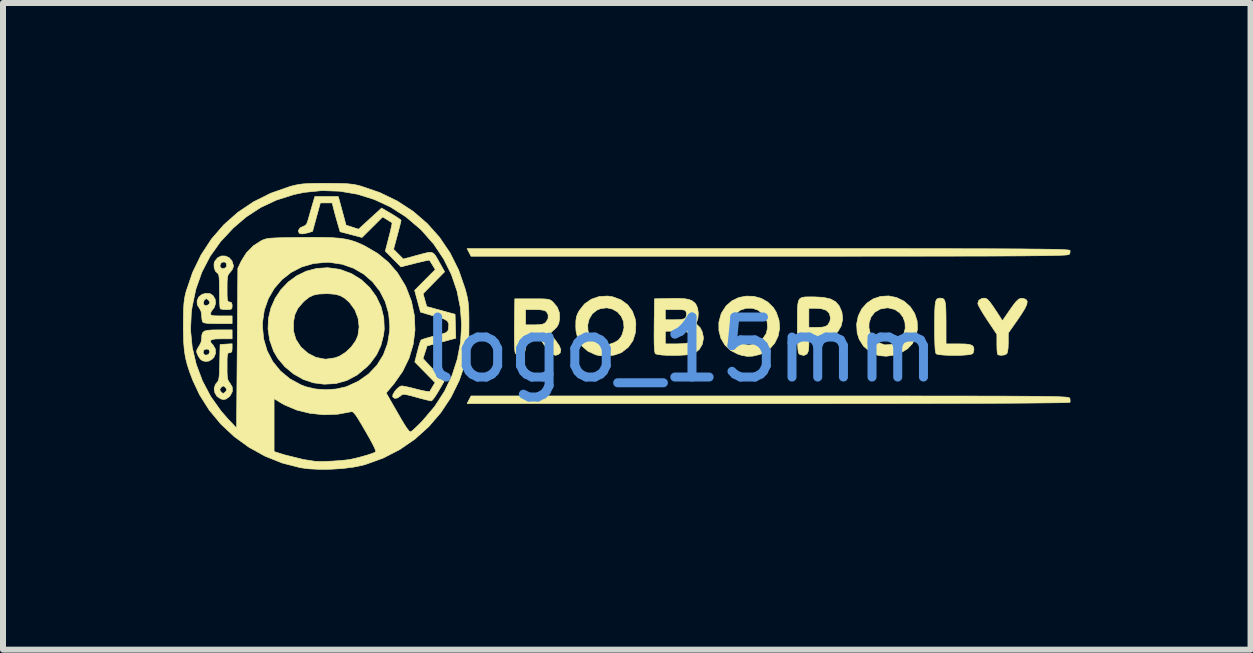
<source format=kicad_pcb>
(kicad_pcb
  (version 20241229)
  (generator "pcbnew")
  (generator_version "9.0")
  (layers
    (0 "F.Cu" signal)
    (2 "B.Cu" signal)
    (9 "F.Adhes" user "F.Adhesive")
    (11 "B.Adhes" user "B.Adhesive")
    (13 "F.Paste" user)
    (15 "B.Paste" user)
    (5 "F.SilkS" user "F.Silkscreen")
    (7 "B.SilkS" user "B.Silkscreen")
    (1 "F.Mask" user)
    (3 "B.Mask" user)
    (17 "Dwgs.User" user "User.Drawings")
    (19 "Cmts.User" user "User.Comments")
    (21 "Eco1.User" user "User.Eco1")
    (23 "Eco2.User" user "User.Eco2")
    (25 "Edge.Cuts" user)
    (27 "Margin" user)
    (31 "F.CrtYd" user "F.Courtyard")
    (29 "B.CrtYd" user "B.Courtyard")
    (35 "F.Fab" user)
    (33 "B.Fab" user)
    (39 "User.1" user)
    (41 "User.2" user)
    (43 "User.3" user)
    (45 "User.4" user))
  (footprint "logo_15mm"
    (layer "F.Cu")
    (at 8.29 2.278)
    (property "Reference" "logo_15mm" (at 0 0.5 0) (layer "Cmts.User") (effects (font (size 1 1) (thickness 0.15))))
    (attr through_hole)
    (fp_poly (pts (xy 4.362 -0.357) (xy 4.386 -0.344) (xy 4.403 -0.316) (xy 4.414 -0.268) (xy 4.42 -0.193) (xy 4.423 -0.087) (xy 4.424 0.047) (xy 4.424 0.402) (xy 4.631 0.402) (xy 4.741 0.404) (xy 4.816 0.412) (xy 4.861 0.429) (xy 4.883 0.456) (xy 4.889 0.496) (xy 4.889 0.497) (xy 4.878 0.546) (xy 4.864 0.567) (xy 4.832 0.578) (xy 4.768 0.586) (xy 4.682 0.592) (xy 4.583 0.594) (xy 4.482 0.593) (xy 4.39 0.589) (xy 4.315 0.582) (xy 4.268 0.572) (xy 4.259 0.567) (xy 4.249 0.542) (xy 4.242 0.486) (xy 4.237 0.397) (xy 4.234 0.272) (xy 4.233 0.116) (xy 4.234 -0.038) (xy 4.236 -0.154) (xy 4.241 -0.239) (xy 4.249 -0.297) (xy 4.262 -0.332) (xy 4.281 -0.351) (xy 4.307 -0.359) (xy 4.329 -0.36) (xy 4.362 -0.357)) (stroke (width 0.01) (type solid)) (fill yes) (layer "F.SilkS"))
    (fp_poly (pts (xy -7.472 0.318) (xy -7.652 0.318) (xy -7.751 0.32) (xy -7.811 0.331) (xy -7.834 0.351) (xy -7.825 0.382) (xy -7.789 0.423) (xy -7.752 0.487) (xy -7.748 0.561) (xy -7.777 0.628) (xy -7.803 0.655) (xy -7.858 0.688) (xy -7.915 0.694) (xy -7.964 0.684) (xy -8 0.658) (xy -8.035 0.608) (xy -8.06 0.552) (xy -8.061 0.541) (xy -7.955 0.541) (xy -7.951 0.562) (xy -7.922 0.59) (xy -7.881 0.585) (xy -7.859 0.569) (xy -7.844 0.531) (xy -7.861 0.498) (xy -7.896 0.487) (xy -7.941 0.502) (xy -7.955 0.541) (xy -8.061 0.541) (xy -8.065 0.522) (xy -8.052 0.486) (xy -8.023 0.439) (xy -8.022 0.439) (xy -7.991 0.378) (xy -7.98 0.318) (xy -7.977 0.257) (xy -7.964 0.216) (xy -7.935 0.19) (xy -7.882 0.176) (xy -7.8 0.17) (xy -7.704 0.169) (xy -7.472 0.169) (xy -7.472 0.318)) (stroke (width 0.01) (type solid)) (fill yes) (layer "F.SilkS"))
    (fp_poly (pts (xy 5.09 -0.355) (xy 5.119 -0.335) (xy 5.155 -0.295) (xy 5.203 -0.229) (xy 5.241 -0.172) (xy 5.364 0.016) (xy 5.481 -0.154) (xy 5.547 -0.247) (xy 5.596 -0.308) (xy 5.635 -0.343) (xy 5.671 -0.357) (xy 5.709 -0.355) (xy 5.722 -0.352) (xy 5.761 -0.334) (xy 5.777 -0.304) (xy 5.769 -0.255) (xy 5.737 -0.186) (xy 5.679 -0.092) (xy 5.62 -0.005) (xy 5.461 0.222) (xy 5.461 0.382) (xy 5.458 0.472) (xy 5.448 0.537) (xy 5.436 0.567) (xy 5.397 0.586) (xy 5.343 0.593) (xy 5.297 0.586) (xy 5.285 0.579) (xy 5.278 0.552) (xy 5.273 0.495) (xy 5.271 0.418) (xy 5.271 0.404) (xy 5.271 0.243) (xy 5.112 0.006) (xy 5.053 -0.085) (xy 5.004 -0.166) (xy 4.969 -0.229) (xy 4.954 -0.266) (xy 4.953 -0.271) (xy 4.971 -0.325) (xy 5.021 -0.355) (xy 5.06 -0.36) (xy 5.09 -0.355)) (stroke (width 0.01) (type solid)) (fill yes) (layer "F.SilkS"))
    (fp_poly (pts (xy -7.839 -0.435) (xy -7.791 -0.403) (xy -7.755 -0.343) (xy -7.748 -0.271) (xy -7.769 -0.205) (xy -7.789 -0.18) (xy -7.821 -0.137) (xy -7.832 -0.103) (xy -7.827 -0.083) (xy -7.809 -0.072) (xy -7.769 -0.066) (xy -7.699 -0.064) (xy -7.652 -0.064) (xy -7.472 -0.064) (xy -7.472 0.064) (xy -7.713 0.064) (xy -7.82 0.063) (xy -7.892 0.059) (xy -7.936 0.052) (xy -7.959 0.041) (xy -7.967 0.03) (xy -7.976 -0.014) (xy -7.98 -0.074) (xy -7.98 -0.077) (xy -7.989 -0.137) (xy -8.01 -0.181) (xy -8.012 -0.183) (xy -8.052 -0.248) (xy -8.055 -0.292) (xy -7.952 -0.292) (xy -7.945 -0.253) (xy -7.914 -0.233) (xy -7.909 -0.233) (xy -7.871 -0.248) (xy -7.855 -0.262) (xy -7.843 -0.293) (xy -7.866 -0.327) (xy -7.896 -0.351) (xy -7.921 -0.342) (xy -7.933 -0.331) (xy -7.952 -0.292) (xy -8.055 -0.292) (xy -8.056 -0.316) (xy -8.029 -0.378) (xy -7.973 -0.423) (xy -7.91 -0.44) (xy -7.839 -0.435)) (stroke (width 0.01) (type solid)) (fill yes) (layer "F.SilkS"))
    (fp_poly (pts (xy 2.033 1.27) (xy 2.534 1.27) (xy 2.996 1.27) (xy 3.42 1.27) (xy 3.808 1.27) (xy 4.162 1.271) (xy 4.483 1.271) (xy 4.773 1.271) (xy 5.034 1.272) (xy 5.266 1.272) (xy 5.472 1.273) (xy 5.654 1.274) (xy 5.812 1.275) (xy 5.948 1.276) (xy 6.065 1.278) (xy 6.163 1.279) (xy 6.245 1.281) (xy 6.311 1.283) (xy 6.364 1.286) (xy 6.405 1.288) (xy 6.435 1.291) (xy 6.457 1.294) (xy 6.471 1.298) (xy 6.48 1.302) (xy 6.484 1.306) (xy 6.487 1.31) (xy 6.488 1.312) (xy 6.493 1.356) (xy 6.488 1.376) (xy 6.465 1.378) (xy 6.401 1.381) (xy 6.294 1.383) (xy 6.146 1.385) (xy 5.956 1.387) (xy 5.724 1.389) (xy 5.449 1.391) (xy 5.133 1.392) (xy 4.775 1.393) (xy 4.374 1.394) (xy 3.932 1.395) (xy 3.447 1.396) (xy 2.92 1.396) (xy 2.35 1.397) (xy 1.739 1.397) (xy 1.459 1.397) (xy -3.557 1.397) (xy -3.491 1.27) (xy 1.491 1.27) (xy 2.033 1.27)) (stroke (width 0.01) (type solid)) (fill yes) (layer "F.SilkS"))
    (fp_poly (pts (xy 3.597 -0.371) (xy 3.726 -0.308) (xy 3.828 -0.217) (xy 3.901 -0.105) (xy 3.942 0.021) (xy 3.948 0.154) (xy 3.919 0.288) (xy 3.863 0.399) (xy 3.785 0.482) (xy 3.678 0.547) (xy 3.555 0.59) (xy 3.427 0.608) (xy 3.305 0.597) (xy 3.284 0.591) (xy 3.153 0.53) (xy 3.049 0.44) (xy 2.976 0.324) (xy 2.943 0.218) (xy 2.938 0.134) (xy 3.139 0.134) (xy 3.165 0.244) (xy 3.224 0.328) (xy 3.302 0.384) (xy 3.406 0.419) (xy 3.508 0.412) (xy 3.577 0.384) (xy 3.665 0.318) (xy 3.72 0.235) (xy 3.744 0.143) (xy 3.74 0.049) (xy 3.709 -0.04) (xy 3.652 -0.115) (xy 3.572 -0.17) (xy 3.471 -0.196) (xy 3.44 -0.198) (xy 3.329 -0.179) (xy 3.238 -0.127) (xy 3.174 -0.046) (xy 3.141 0.055) (xy 3.139 0.134) (xy 2.938 0.134) (xy 2.934 0.072) (xy 2.961 -0.062) (xy 3.019 -0.18) (xy 3.104 -0.276) (xy 3.21 -0.348) (xy 3.333 -0.389) (xy 3.467 -0.397) (xy 3.597 -0.371)) (stroke (width 0.01) (type solid)) (fill yes) (layer "F.SilkS"))
    (fp_poly (pts (xy -7.472 0.475) (xy -7.476 0.527) (xy -7.494 0.548) (xy -7.514 0.55) (xy -7.533 0.553) (xy -7.545 0.566) (xy -7.552 0.597) (xy -7.556 0.654) (xy -7.556 0.743) (xy -7.556 0.777) (xy -7.556 0.879) (xy -7.552 0.949) (xy -7.544 0.995) (xy -7.531 1.026) (xy -7.511 1.052) (xy -7.47 1.121) (xy -7.468 1.196) (xy -7.504 1.265) (xy -7.522 1.284) (xy -7.574 1.321) (xy -7.619 1.33) (xy -7.662 1.318) (xy -7.724 1.277) (xy -7.761 1.214) (xy -7.769 1.159) (xy -7.678 1.159) (xy -7.668 1.189) (xy -7.663 1.195) (xy -7.634 1.222) (xy -7.62 1.228) (xy -7.595 1.213) (xy -7.577 1.195) (xy -7.561 1.164) (xy -7.579 1.133) (xy -7.585 1.127) (xy -7.615 1.103) (xy -7.639 1.112) (xy -7.655 1.127) (xy -7.678 1.159) (xy -7.769 1.159) (xy -7.771 1.143) (xy -7.75 1.077) (xy -7.726 1.048) (xy -7.71 1.029) (xy -7.698 1.002) (xy -7.69 0.96) (xy -7.684 0.895) (xy -7.681 0.8) (xy -7.679 0.712) (xy -7.673 0.413) (xy -7.572 0.406) (xy -7.472 0.4) (xy -7.472 0.475)) (stroke (width 0.01) (type solid)) (fill yes) (layer "F.SilkS"))
    (fp_poly (pts (xy -1.132 -0.383) (xy -0.994 -0.332) (xy -0.883 -0.251) (xy -0.802 -0.142) (xy -0.755 -0.01) (xy -0.745 0.063) (xy -0.752 0.215) (xy -0.794 0.348) (xy -0.87 0.457) (xy -0.979 0.542) (xy -0.998 0.552) (xy -1.102 0.588) (xy -1.224 0.604) (xy -1.345 0.599) (xy -1.413 0.584) (xy -1.545 0.523) (xy -1.644 0.437) (xy -1.709 0.325) (xy -1.742 0.186) (xy -1.746 0.106) (xy -1.745 0.085) (xy -1.547 0.085) (xy -1.542 0.185) (xy -1.505 0.275) (xy -1.488 0.298) (xy -1.4 0.377) (xy -1.302 0.415) (xy -1.195 0.412) (xy -1.105 0.381) (xy -1.04 0.343) (xy -0.996 0.291) (xy -0.97 0.241) (xy -0.942 0.133) (xy -0.95 0.031) (xy -0.988 -0.058) (xy -1.051 -0.13) (xy -1.134 -0.178) (xy -1.23 -0.199) (xy -1.334 -0.185) (xy -1.393 -0.161) (xy -1.47 -0.099) (xy -1.522 -0.014) (xy -1.547 0.085) (xy -1.745 0.085) (xy -1.744 0.015) (xy -1.734 -0.05) (xy -1.713 -0.106) (xy -1.687 -0.153) (xy -1.6 -0.263) (xy -1.487 -0.342) (xy -1.356 -0.387) (xy -1.214 -0.395) (xy -1.132 -0.383)) (stroke (width 0.01) (type solid)) (fill yes) (layer "F.SilkS"))
    (fp_poly (pts (xy 1.221 -0.39) (xy 1.343 -0.357) (xy 1.454 -0.294) (xy 1.547 -0.203) (xy 1.595 -0.125) (xy 1.641 0.009) (xy 1.651 0.144) (xy 1.626 0.273) (xy 1.569 0.39) (xy 1.484 0.487) (xy 1.373 0.558) (xy 1.314 0.58) (xy 1.204 0.606) (xy 1.111 0.61) (xy 1.014 0.592) (xy 0.953 0.572) (xy 0.832 0.51) (xy 0.738 0.42) (xy 0.672 0.308) (xy 0.639 0.18) (xy 0.639 0.132) (xy 0.837 0.132) (xy 0.865 0.232) (xy 0.922 0.319) (xy 1.004 0.384) (xy 1.104 0.419) (xy 1.142 0.422) (xy 1.192 0.414) (xy 1.258 0.391) (xy 1.283 0.38) (xy 1.37 0.316) (xy 1.427 0.231) (xy 1.451 0.133) (xy 1.442 0.031) (xy 1.396 -0.066) (xy 1.374 -0.094) (xy 1.291 -0.16) (xy 1.196 -0.192) (xy 1.096 -0.192) (xy 1.001 -0.162) (xy 0.92 -0.104) (xy 0.862 -0.021) (xy 0.846 0.025) (xy 0.837 0.132) (xy 0.639 0.132) (xy 0.638 0.044) (xy 0.675 -0.094) (xy 0.687 -0.12) (xy 0.76 -0.232) (xy 0.857 -0.316) (xy 0.971 -0.37) (xy 1.094 -0.394) (xy 1.221 -0.39)) (stroke (width 0.01) (type solid)) (fill yes) (layer "F.SilkS"))
    (fp_poly (pts (xy 2.009 -1.185) (xy 2.516 -1.185) (xy 2.984 -1.185) (xy 3.415 -1.185) (xy 3.809 -1.185) (xy 4.169 -1.184) (xy 4.495 -1.184) (xy 4.79 -1.183) (xy 5.056 -1.183) (xy 5.292 -1.182) (xy 5.502 -1.181) (xy 5.687 -1.18) (xy 5.848 -1.178) (xy 5.986 -1.177) (xy 6.104 -1.175) (xy 6.203 -1.174) (xy 6.284 -1.172) (xy 6.349 -1.169) (xy 6.4 -1.167) (xy 6.438 -1.164) (xy 6.464 -1.162) (xy 6.481 -1.158) (xy 6.489 -1.155) (xy 6.491 -1.153) (xy 6.489 -1.112) (xy 6.477 -1.09) (xy 6.47 -1.086) (xy 6.456 -1.083) (xy 6.432 -1.08) (xy 6.397 -1.077) (xy 6.349 -1.075) (xy 6.287 -1.073) (xy 6.209 -1.071) (xy 6.113 -1.069) (xy 5.999 -1.067) (xy 5.865 -1.066) (xy 5.708 -1.064) (xy 5.528 -1.063) (xy 5.323 -1.062) (xy 5.091 -1.061) (xy 4.831 -1.061) (xy 4.542 -1.06) (xy 4.221 -1.06) (xy 3.867 -1.059) (xy 3.479 -1.059) (xy 3.055 -1.059) (xy 2.593 -1.058) (xy 2.093 -1.058) (xy 1.551 -1.058) (xy 1.48 -1.058) (xy -3.491 -1.058) (xy -3.557 -1.185) (xy 1.461 -1.185) (xy 2.009 -1.185)) (stroke (width 0.01) (type solid)) (fill yes) (layer "F.SilkS"))
    (fp_poly (pts (xy 2.226 -0.381) (xy 2.377 -0.373) (xy 2.494 -0.348) (xy 2.58 -0.303) (xy 2.641 -0.236) (xy 2.683 -0.143) (xy 2.69 -0.119) (xy 2.701 -0.007) (xy 2.677 0.102) (xy 2.622 0.197) (xy 2.542 0.269) (xy 2.491 0.295) (xy 2.439 0.307) (xy 2.362 0.315) (xy 2.285 0.318) (xy 2.138 0.318) (xy 2.138 0.43) (xy 2.131 0.517) (xy 2.108 0.568) (xy 2.066 0.591) (xy 2.043 0.593) (xy 1.994 0.581) (xy 1.973 0.567) (xy 1.963 0.543) (xy 1.956 0.488) (xy 1.951 0.4) (xy 1.948 0.276) (xy 1.947 0.113) (xy 1.947 0.102) (xy 1.947 -0.053) (xy 1.948 -0.171) (xy 1.949 -0.191) (xy 2.138 -0.191) (xy 2.138 0.127) (xy 2.275 0.127) (xy 2.358 0.124) (xy 2.412 0.113) (xy 2.448 0.091) (xy 2.455 0.085) (xy 2.489 0.025) (xy 2.498 -0.03) (xy 2.481 -0.105) (xy 2.43 -0.157) (xy 2.344 -0.185) (xy 2.262 -0.191) (xy 2.138 -0.191) (xy 1.949 -0.191) (xy 1.954 -0.257) (xy 1.966 -0.316) (xy 1.989 -0.352) (xy 2.026 -0.372) (xy 2.078 -0.38) (xy 2.149 -0.381) (xy 2.226 -0.381)) (stroke (width 0.01) (type solid)) (fill yes) (layer "F.SilkS"))
    (fp_poly (pts (xy -2.357 -0.349) (xy -2.275 -0.347) (xy -2.219 -0.342) (xy -2.182 -0.334) (xy -2.155 -0.32) (xy -2.131 -0.3) (xy -2.127 -0.296) (xy -2.054 -0.21) (xy -2.019 -0.118) (xy -2.016 -0.014) (xy -2.029 0.061) (xy -2.057 0.115) (xy -2.101 0.16) (xy -2.175 0.228) (xy -2.081 0.347) (xy -2.021 0.433) (xy -1.995 0.5) (xy -2.005 0.55) (xy -2.034 0.578) (xy -2.083 0.593) (xy -2.134 0.575) (xy -2.193 0.523) (xy -2.261 0.434) (xy -2.275 0.414) (xy -2.381 0.255) (xy -2.482 0.255) (xy -2.582 0.254) (xy -2.582 0.398) (xy -2.586 0.48) (xy -2.596 0.541) (xy -2.608 0.567) (xy -2.655 0.59) (xy -2.711 0.587) (xy -2.75 0.564) (xy -2.759 0.535) (xy -2.765 0.473) (xy -2.768 0.375) (xy -2.769 0.239) (xy -2.768 0.093) (xy -2.765 -0.169) (xy -2.582 -0.169) (xy -2.582 0.085) (xy -2.434 0.085) (xy -2.349 0.082) (xy -2.294 0.073) (xy -2.257 0.054) (xy -2.244 0.042) (xy -2.208 -0.017) (xy -2.206 -0.083) (xy -2.235 -0.136) (xy -2.269 -0.155) (xy -2.33 -0.166) (xy -2.424 -0.169) (xy -2.582 -0.169) (xy -2.765 -0.169) (xy -2.762 -0.349) (xy -2.473 -0.349) (xy -2.357 -0.349)) (stroke (width 0.01) (type solid)) (fill yes) (layer "F.SilkS"))
    (fp_poly (pts (xy -7.585 -1.062) (xy -7.523 -1.035) (xy -7.475 -0.982) (xy -7.452 -0.908) (xy -7.451 -0.887) (xy -7.465 -0.844) (xy -7.5 -0.796) (xy -7.504 -0.792) (xy -7.527 -0.765) (xy -7.543 -0.736) (xy -7.551 -0.696) (xy -7.555 -0.634) (xy -7.556 -0.541) (xy -7.556 -0.518) (xy -7.556 -0.419) (xy -7.553 -0.355) (xy -7.547 -0.318) (xy -7.536 -0.301) (xy -7.519 -0.296) (xy -7.514 -0.296) (xy -7.483 -0.286) (xy -7.472 -0.249) (xy -7.472 -0.233) (xy -7.475 -0.193) (xy -7.491 -0.175) (xy -7.533 -0.17) (xy -7.564 -0.169) (xy -7.623 -0.172) (xy -7.663 -0.18) (xy -7.669 -0.183) (xy -7.675 -0.209) (xy -7.679 -0.268) (xy -7.682 -0.353) (xy -7.683 -0.456) (xy -7.684 -0.48) (xy -7.684 -0.6) (xy -7.687 -0.683) (xy -7.693 -0.736) (xy -7.703 -0.765) (xy -7.714 -0.775) (xy -7.75 -0.809) (xy -7.771 -0.866) (xy -7.773 -0.905) (xy -7.674 -0.905) (xy -7.671 -0.881) (xy -7.643 -0.853) (xy -7.604 -0.853) (xy -7.571 -0.877) (xy -7.561 -0.902) (xy -7.571 -0.944) (xy -7.604 -0.965) (xy -7.646 -0.955) (xy -7.656 -0.946) (xy -7.674 -0.905) (xy -7.773 -0.905) (xy -7.774 -0.931) (xy -7.763 -0.971) (xy -7.714 -1.033) (xy -7.652 -1.063) (xy -7.585 -1.062)) (stroke (width 0.01) (type solid)) (fill yes) (layer "F.SilkS"))
    (fp_poly (pts (xy 0.065 -0.351) (xy 0.139 -0.338) (xy 0.192 -0.316) (xy 0.234 -0.283) (xy 0.255 -0.259) (xy 0.284 -0.195) (xy 0.296 -0.111) (xy 0.29 -0.027) (xy 0.273 0.026) (xy 0.261 0.063) (xy 0.28 0.087) (xy 0.283 0.089) (xy 0.328 0.134) (xy 0.363 0.206) (xy 0.38 0.29) (xy 0.381 0.311) (xy 0.363 0.408) (xy 0.313 0.493) (xy 0.241 0.554) (xy 0.222 0.562) (xy 0.169 0.576) (xy 0.089 0.586) (xy -0.009 0.592) (xy -0.113 0.594) (xy -0.216 0.593) (xy -0.308 0.588) (xy -0.378 0.579) (xy -0.418 0.567) (xy -0.421 0.564) (xy -0.43 0.535) (xy -0.436 0.473) (xy -0.44 0.375) (xy -0.441 0.239) (xy -0.44 0.191) (xy -0.254 0.191) (xy -0.254 0.402) (xy -0.068 0.402) (xy 0.035 0.399) (xy 0.108 0.39) (xy 0.144 0.377) (xy 0.144 0.377) (xy 0.163 0.337) (xy 0.169 0.296) (xy 0.164 0.25) (xy 0.142 0.219) (xy 0.098 0.201) (xy 0.025 0.192) (xy -0.068 0.191) (xy -0.254 0.191) (xy -0.44 0.191) (xy -0.44 0.093) (xy -0.436 -0.169) (xy -0.254 -0.169) (xy -0.254 0) (xy -0.098 0) (xy -0.004 -0.003) (xy 0.055 -0.014) (xy 0.084 -0.031) (xy 0.1 -0.077) (xy 0.097 -0.116) (xy 0.088 -0.143) (xy 0.072 -0.158) (xy 0.038 -0.166) (xy -0.022 -0.169) (xy -0.085 -0.169) (xy -0.254 -0.169) (xy -0.436 -0.169) (xy -0.434 -0.349) (xy -0.17 -0.355) (xy -0.035 -0.356) (xy 0.065 -0.351)) (stroke (width 0.01) (type solid)) (fill yes) (layer "F.SilkS"))
    (fp_poly (pts (xy -5.685 -0.841) (xy -5.663 -0.835) (xy -5.48 -0.767) (xy -5.318 -0.666) (xy -5.18 -0.537) (xy -5.07 -0.385) (xy -4.99 -0.216) (xy -4.945 -0.033) (xy -4.937 0.157) (xy -4.949 0.256) (xy -4.993 0.43) (xy -5.064 0.581) (xy -5.167 0.722) (xy -5.227 0.785) (xy -5.386 0.918) (xy -5.559 1.011) (xy -5.743 1.063) (xy -5.938 1.074) (xy -6.118 1.051) (xy -6.287 0.994) (xy -6.448 0.903) (xy -6.593 0.783) (xy -6.711 0.643) (xy -6.78 0.526) (xy -6.846 0.34) (xy -6.874 0.155) (xy -6.869 0.045) (xy -6.45 0.045) (xy -6.448 0.195) (xy -6.409 0.327) (xy -6.332 0.446) (xy -6.322 0.458) (xy -6.206 0.56) (xy -6.075 0.627) (xy -5.932 0.655) (xy -5.905 0.656) (xy -5.759 0.635) (xy -5.682 0.606) (xy -5.58 0.542) (xy -5.487 0.453) (xy -5.415 0.353) (xy -5.376 0.265) (xy -5.356 0.119) (xy -5.374 -0.028) (xy -5.427 -0.165) (xy -5.513 -0.283) (xy -5.518 -0.289) (xy -5.594 -0.357) (xy -5.667 -0.4) (xy -5.75 -0.424) (xy -5.856 -0.433) (xy -5.905 -0.434) (xy -6.024 -0.429) (xy -6.114 -0.411) (xy -6.189 -0.376) (xy -6.262 -0.318) (xy -6.296 -0.285) (xy -6.378 -0.188) (xy -6.426 -0.086) (xy -6.45 0.038) (xy -6.45 0.045) (xy -6.869 0.045) (xy -6.866 -0.026) (xy -6.825 -0.198) (xy -6.754 -0.359) (xy -6.657 -0.504) (xy -6.536 -0.63) (xy -6.395 -0.733) (xy -6.236 -0.81) (xy -6.063 -0.855) (xy -5.878 -0.867) (xy -5.685 -0.841)) (stroke (width 0.01) (type solid)) (fill yes) (layer "F.SilkS"))
    (fp_poly (pts (xy -5.638 -1.815) (xy -5.574 -1.577) (xy -5.47 -1.543) (xy -5.366 -1.509) (xy -5.174 -1.685) (xy -4.981 -1.861) (xy -4.819 -1.766) (xy -4.747 -1.722) (xy -4.691 -1.685) (xy -4.66 -1.661) (xy -4.657 -1.656) (xy -4.662 -1.63) (xy -4.676 -1.573) (xy -4.697 -1.492) (xy -4.719 -1.408) (xy -4.782 -1.175) (xy -4.62 -1.012) (xy -4.379 -1.077) (xy -4.274 -1.105) (xy -4.202 -1.122) (xy -4.151 -1.123) (xy -4.114 -1.105) (xy -4.081 -1.065) (xy -4.042 -0.998) (xy -4.007 -0.935) (xy -3.931 -0.8) (xy -4.111 -0.617) (xy -4.29 -0.434) (xy -4.26 -0.327) (xy -4.229 -0.22) (xy -3.757 -0.091) (xy -3.751 0.108) (xy -3.745 0.308) (xy -3.984 0.372) (xy -4.223 0.436) (xy -4.257 0.541) (xy -4.291 0.646) (xy -4.115 0.837) (xy -3.94 1.029) (xy -4.035 1.192) (xy -4.079 1.264) (xy -4.119 1.32) (xy -4.147 1.35) (xy -4.155 1.353) (xy -4.185 1.347) (xy -4.246 1.332) (xy -4.329 1.311) (xy -4.403 1.291) (xy -4.5 1.264) (xy -4.566 1.249) (xy -4.608 1.243) (xy -4.634 1.246) (xy -4.654 1.258) (xy -4.668 1.271) (xy -4.721 1.305) (xy -4.767 1.309) (xy -4.797 1.282) (xy -4.797 1.281) (xy -4.792 1.244) (xy -4.763 1.195) (xy -4.721 1.147) (xy -4.676 1.112) (xy -4.648 1.102) (xy -4.611 1.107) (xy -4.544 1.121) (xy -4.458 1.141) (xy -4.395 1.158) (xy -4.307 1.179) (xy -4.235 1.193) (xy -4.189 1.198) (xy -4.176 1.195) (xy -4.161 1.164) (xy -4.133 1.117) (xy -4.13 1.111) (xy -4.09 1.048) (xy -4.259 0.876) (xy -4.428 0.704) (xy -4.384 0.528) (xy -4.362 0.446) (xy -4.342 0.381) (xy -4.327 0.343) (xy -4.323 0.338) (xy -4.296 0.326) (xy -4.24 0.308) (xy -4.18 0.291) (xy -4.094 0.268) (xy -4.01 0.246) (xy -3.966 0.235) (xy -3.907 0.214) (xy -3.877 0.184) (xy -3.867 0.151) (xy -3.861 0.072) (xy -3.886 0.02) (xy -3.943 -0.013) (xy -3.955 -0.017) (xy -4.015 -0.034) (xy -4.098 -0.058) (xy -4.183 -0.083) (xy -4.333 -0.127) (xy -4.382 -0.308) (xy -4.431 -0.49) (xy -4.259 -0.663) (xy -4.087 -0.836) (xy -4.132 -0.91) (xy -4.162 -0.958) (xy -4.181 -0.989) (xy -4.184 -0.993) (xy -4.205 -0.991) (xy -4.26 -0.98) (xy -4.338 -0.962) (xy -4.424 -0.941) (xy -4.659 -0.881) (xy -4.92 -1.143) (xy -4.86 -1.376) (xy -4.836 -1.469) (xy -4.819 -1.546) (xy -4.808 -1.597) (xy -4.807 -1.616) (xy -4.829 -1.63) (xy -4.873 -1.657) (xy -4.889 -1.668) (xy -4.964 -1.713) (xy -5.136 -1.542) (xy -5.308 -1.371) (xy -5.491 -1.419) (xy -5.673 -1.467) (xy -5.714 -1.607) (xy -5.74 -1.697) (xy -5.765 -1.789) (xy -5.78 -1.847) (xy -5.805 -1.947) (xy -6.002 -1.947) (xy -6.067 -1.71) (xy -6.132 -1.472) (xy -6.221 -1.446) (xy -6.303 -1.43) (xy -6.352 -1.44) (xy -6.368 -1.476) (xy -6.367 -1.489) (xy -6.34 -1.531) (xy -6.296 -1.552) (xy -6.253 -1.571) (xy -6.226 -1.605) (xy -6.205 -1.668) (xy -6.205 -1.669) (xy -6.184 -1.743) (xy -6.158 -1.835) (xy -6.136 -1.91) (xy -6.094 -2.053) (xy -5.703 -2.053) (xy -5.638 -1.815)) (stroke (width 0.01) (type solid)) (fill yes) (layer "F.SilkS"))
    (fp_poly (pts (xy -5.755 -2.272) (xy -5.639 -2.27) (xy -5.548 -2.266) (xy -5.475 -2.258) (xy -5.411 -2.248) (xy -5.348 -2.233) (xy -5.327 -2.227) (xy -5.011 -2.119) (xy -4.72 -1.978) (xy -4.456 -1.806) (xy -4.221 -1.603) (xy -4.015 -1.372) (xy -3.84 -1.113) (xy -3.698 -0.829) (xy -3.591 -0.521) (xy -3.572 -0.452) (xy -3.554 -0.376) (xy -3.541 -0.304) (xy -3.533 -0.228) (xy -3.528 -0.137) (xy -3.526 -0.022) (xy -3.526 0.116) (xy -3.527 0.259) (xy -3.529 0.368) (xy -3.534 0.455) (xy -3.543 0.529) (xy -3.556 0.599) (xy -3.575 0.675) (xy -3.584 0.709) (xy -3.686 1.009) (xy -3.824 1.29) (xy -3.995 1.548) (xy -4.196 1.782) (xy -4.425 1.988) (xy -4.679 2.163) (xy -4.955 2.305) (xy -5.251 2.412) (xy -5.307 2.427) (xy -5.458 2.457) (xy -5.635 2.479) (xy -5.826 2.491) (xy -6.016 2.493) (xy -6.193 2.484) (xy -6.336 2.465) (xy -6.636 2.388) (xy -6.922 2.274) (xy -7.062 2.196) (xy -6.773 2.196) (xy -6.599 2.251) (xy -6.284 2.329) (xy -6.096 2.358) (xy -6.024 2.362) (xy -5.924 2.361) (xy -5.808 2.356) (xy -5.69 2.348) (xy -5.583 2.338) (xy -5.501 2.327) (xy -5.493 2.325) (xy -5.409 2.306) (xy -5.316 2.282) (xy -5.225 2.256) (xy -5.148 2.231) (xy -5.096 2.211) (xy -5.085 2.205) (xy -5.08 2.188) (xy -5.092 2.151) (xy -5.121 2.089) (xy -5.169 1.999) (xy -5.238 1.878) (xy -5.252 1.854) (xy -5.321 1.735) (xy -5.374 1.648) (xy -5.413 1.589) (xy -5.442 1.553) (xy -5.464 1.535) (xy -5.483 1.531) (xy -5.49 1.533) (xy -5.713 1.574) (xy -5.945 1.583) (xy -6.175 1.559) (xy -6.395 1.505) (xy -6.596 1.42) (xy -6.652 1.389) (xy -6.773 1.315) (xy -6.773 2.196) (xy -7.062 2.196) (xy -7.19 2.126) (xy -7.437 1.947) (xy -7.659 1.739) (xy -7.853 1.506) (xy -8.014 1.251) (xy -8.125 1.015) (xy -8.18 0.871) (xy -8.221 0.745) (xy -8.25 0.627) (xy -8.269 0.505) (xy -8.28 0.369) (xy -8.284 0.208) (xy -8.285 0.17) (xy -8.165 0.17) (xy -8.137 0.459) (xy -8.07 0.743) (xy -7.967 1.018) (xy -7.829 1.279) (xy -7.657 1.521) (xy -7.546 1.648) (xy -7.398 1.805) (xy -7.387 0.474) (xy -7.384 0.106) (xy -6.967 0.106) (xy -6.947 0.319) (xy -6.889 0.516) (xy -6.796 0.695) (xy -6.669 0.852) (xy -6.512 0.983) (xy -6.327 1.084) (xy -6.244 1.116) (xy -6.087 1.153) (xy -5.912 1.166) (xy -5.737 1.154) (xy -5.578 1.118) (xy -5.564 1.114) (xy -5.367 1.023) (xy -5.197 0.903) (xy -5.058 0.756) (xy -4.952 0.585) (xy -4.881 0.394) (xy -4.847 0.186) (xy -4.845 0.106) (xy -4.864 -0.105) (xy -4.921 -0.301) (xy -5.011 -0.477) (xy -5.132 -0.632) (xy -5.279 -0.76) (xy -5.45 -0.859) (xy -5.64 -0.925) (xy -5.847 -0.956) (xy -5.905 -0.957) (xy -6.116 -0.937) (xy -6.311 -0.88) (xy -6.487 -0.79) (xy -6.642 -0.669) (xy -6.77 -0.522) (xy -6.869 -0.351) (xy -6.936 -0.16) (xy -6.966 0.047) (xy -6.967 0.106) (xy -7.384 0.106) (xy -7.377 -0.857) (xy -7.32 -0.977) (xy -7.234 -1.115) (xy -7.117 -1.233) (xy -6.99 -1.315) (xy -6.958 -1.33) (xy -6.927 -1.342) (xy -6.891 -1.351) (xy -6.843 -1.358) (xy -6.779 -1.362) (xy -6.693 -1.366) (xy -6.58 -1.368) (xy -6.433 -1.37) (xy -6.317 -1.372) (xy -6.11 -1.373) (xy -5.938 -1.372) (xy -5.797 -1.367) (xy -5.679 -1.358) (xy -5.579 -1.343) (xy -5.491 -1.323) (xy -5.408 -1.295) (xy -5.325 -1.26) (xy -5.26 -1.229) (xy -5.046 -1.104) (xy -4.866 -0.956) (xy -4.716 -0.781) (xy -4.591 -0.576) (xy -4.573 -0.54) (xy -4.484 -0.308) (xy -4.435 -0.069) (xy -4.425 0.171) (xy -4.455 0.41) (xy -4.524 0.641) (xy -4.631 0.861) (xy -4.775 1.066) (xy -4.779 1.071) (xy -4.905 1.22) (xy -4.715 1.551) (xy -4.645 1.672) (xy -4.592 1.759) (xy -4.553 1.817) (xy -4.525 1.852) (xy -4.505 1.865) (xy -4.49 1.864) (xy -4.462 1.842) (xy -4.412 1.796) (xy -4.348 1.734) (xy -4.295 1.679) (xy -4.096 1.444) (xy -3.933 1.192) (xy -3.807 0.927) (xy -3.718 0.651) (xy -3.665 0.369) (xy -3.648 0.084) (xy -3.669 -0.2) (xy -3.725 -0.48) (xy -3.818 -0.753) (xy -3.948 -1.014) (xy -4.113 -1.261) (xy -4.315 -1.49) (xy -4.342 -1.516) (xy -4.577 -1.715) (xy -4.832 -1.878) (xy -5.103 -2.004) (xy -5.386 -2.092) (xy -5.679 -2.142) (xy -5.976 -2.152) (xy -6.275 -2.122) (xy -6.447 -2.085) (xy -6.734 -1.994) (xy -6.996 -1.871) (xy -7.238 -1.713) (xy -7.451 -1.531) (xy -7.665 -1.302) (xy -7.839 -1.057) (xy -7.976 -0.794) (xy -8.076 -0.511) (xy -8.14 -0.207) (xy -8.152 -0.117) (xy -8.165 0.17) (xy -8.285 0.17) (xy -8.285 0.095) (xy -8.284 -0.054) (xy -8.281 -0.17) (xy -8.276 -0.261) (xy -8.268 -0.334) (xy -8.256 -0.4) (xy -8.24 -0.466) (xy -8.238 -0.473) (xy -8.13 -0.79) (xy -7.989 -1.081) (xy -7.816 -1.345) (xy -7.612 -1.581) (xy -7.379 -1.788) (xy -7.117 -1.964) (xy -6.828 -2.108) (xy -6.512 -2.219) (xy -6.484 -2.227) (xy -6.419 -2.243) (xy -6.357 -2.255) (xy -6.287 -2.264) (xy -6.203 -2.269) (xy -6.096 -2.272) (xy -5.957 -2.273) (xy -5.905 -2.273) (xy -5.755 -2.272)) (stroke (width 0.01) (type solid)) (fill yes) (layer "F.SilkS")))
  (gr_rect
    (start -3 -3)
    (end 17.788 7.775)
    (stroke (width 0.1) (type default))
    (fill no)
    (layer "Edge.Cuts")))
</source>
